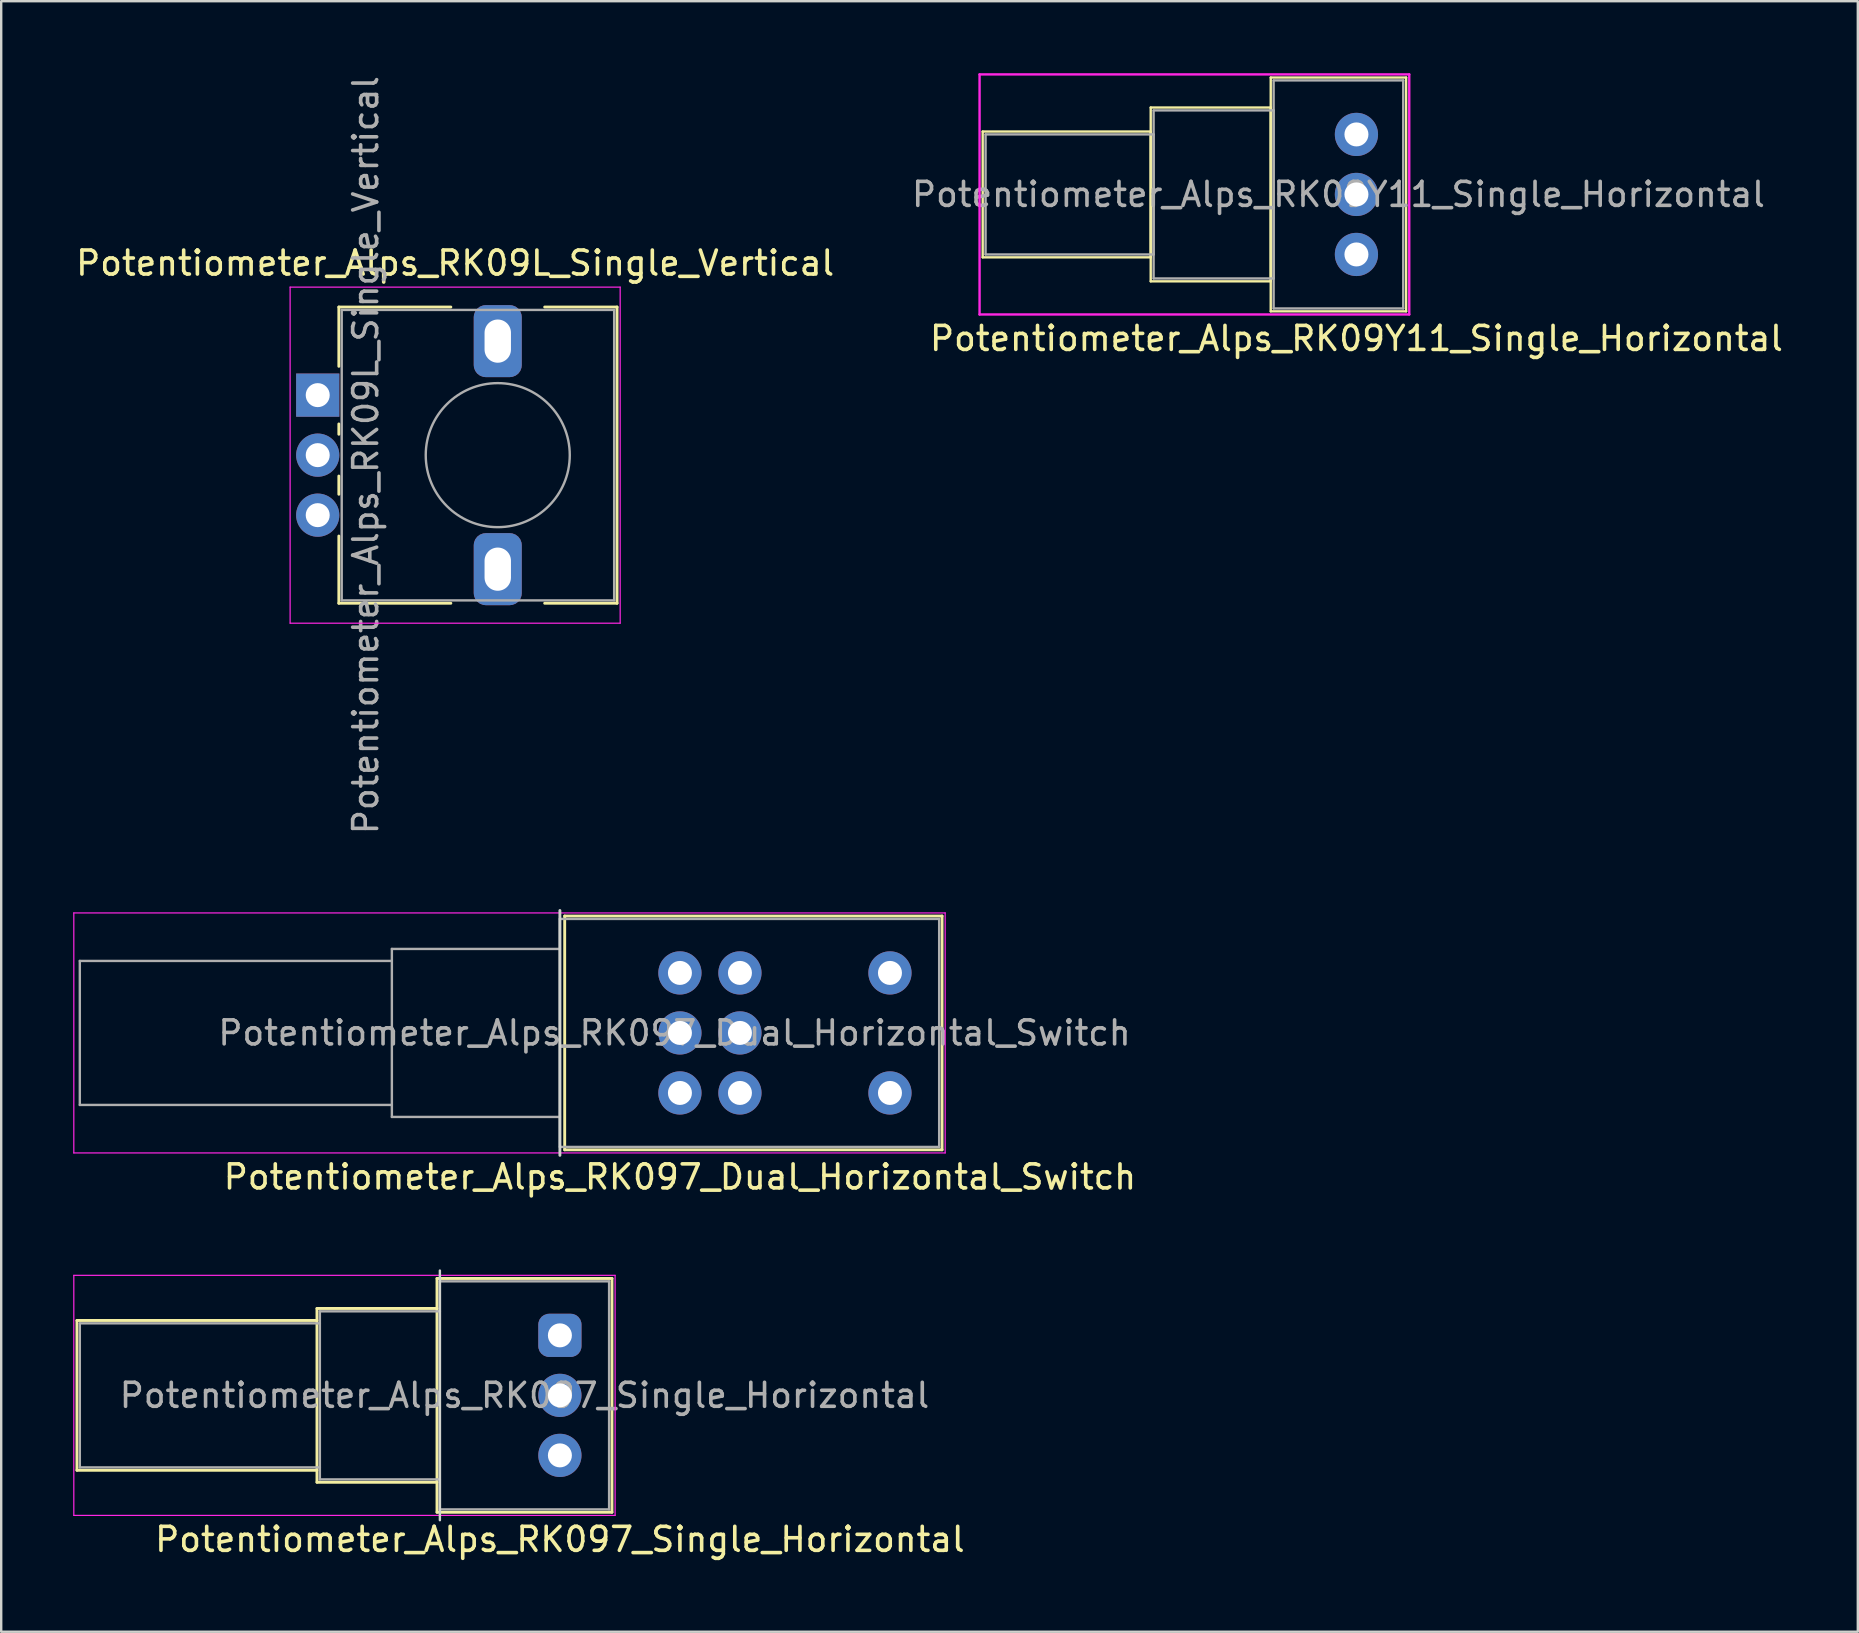
<source format=kicad_pcb>
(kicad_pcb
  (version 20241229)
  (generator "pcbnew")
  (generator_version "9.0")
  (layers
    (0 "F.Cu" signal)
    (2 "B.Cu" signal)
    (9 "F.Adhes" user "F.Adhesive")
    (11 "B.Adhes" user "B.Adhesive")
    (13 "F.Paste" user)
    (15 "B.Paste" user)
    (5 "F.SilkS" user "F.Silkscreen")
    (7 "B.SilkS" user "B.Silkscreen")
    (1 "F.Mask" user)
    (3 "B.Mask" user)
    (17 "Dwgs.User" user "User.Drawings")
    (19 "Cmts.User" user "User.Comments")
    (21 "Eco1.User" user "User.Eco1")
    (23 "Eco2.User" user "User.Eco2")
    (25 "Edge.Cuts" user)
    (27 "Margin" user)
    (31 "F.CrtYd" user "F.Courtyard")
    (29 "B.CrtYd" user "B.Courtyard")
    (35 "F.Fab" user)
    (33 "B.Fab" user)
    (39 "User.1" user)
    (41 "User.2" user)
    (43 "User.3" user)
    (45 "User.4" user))
  (footprint "Potentiometer_Alps_RK09Y11_Single_Horizontal"
    (layer "F.Cu")
    (at 53.458 2.55)
    (property "Reference" "Potentiometer_Alps_RK09Y11_Single_Horizontal" (at 0 8.5 180) (layer "F.SilkS") (effects (font (size 1 1) (thickness 0.15))))
    (attr through_hole)
    (fp_line (start -15.57 5.12) (end -15.57 -0.12) (stroke (width 0.1) (type solid)) (layer "F.SilkS"))
    (fp_line (start -8.57 -0.12) (end -15.57 -0.12) (stroke (width 0.1) (type solid)) (layer "F.SilkS"))
    (fp_line (start -8.57 5.12) (end -15.57 5.12) (stroke (width 0.1) (type solid)) (layer "F.SilkS"))
    (fp_line (start -8.57 5.12) (end -8.57 -0.12) (stroke (width 0.1) (type solid)) (layer "F.SilkS"))
    (fp_line (start -8.57 6.12) (end -8.57 -1.12) (stroke (width 0.1) (type solid)) (layer "F.SilkS"))
    (fp_line (start -3.57 -1.12) (end -8.57 -1.12) (stroke (width 0.1) (type solid)) (layer "F.SilkS"))
    (fp_line (start -3.57 6.12) (end -8.57 6.12) (stroke (width 0.1) (type solid)) (layer "F.SilkS"))
    (fp_line (start -3.57 6.12) (end -3.57 -1.12) (stroke (width 0.1) (type solid)) (layer "F.SilkS"))
    (fp_line (start -3.57 7.37) (end -3.57 -2.37) (stroke (width 0.1) (type solid)) (layer "F.SilkS"))
    (fp_line (start 2.071 -2.37) (end -3.57 -2.37) (stroke (width 0.1) (type solid)) (layer "F.SilkS"))
    (fp_line (start 2.071 7.37) (end -3.57 7.37) (stroke (width 0.1) (type solid)) (layer "F.SilkS"))
    (fp_line (start 2.071 7.37) (end 2.071 -2.37) (stroke (width 0.1) (type solid)) (layer "F.SilkS"))
    (fp_line (start -15.7 -2.5) (end -15.7 7.5) (stroke (width 0.1) (type solid)) (layer "F.CrtYd"))
    (fp_line (start -15.7 7.5) (end 2.2 7.5) (stroke (width 0.1) (type solid)) (layer "F.CrtYd"))
    (fp_line (start 2.2 -2.5) (end -15.7 -2.5) (stroke (width 0.1) (type solid)) (layer "F.CrtYd"))
    (fp_line (start 2.2 7.5) (end 2.2 -2.5) (stroke (width 0.1) (type solid)) (layer "F.CrtYd"))
    (fp_line (start -15.45 0) (end -15.45 5) (stroke (width 0.1) (type solid)) (layer "F.Fab"))
    (fp_line (start -15.45 5) (end -8.45 5) (stroke (width 0.1) (type solid)) (layer "F.Fab"))
    (fp_line (start -8.45 -1) (end -8.45 6) (stroke (width 0.1) (type solid)) (layer "F.Fab"))
    (fp_line (start -8.45 0) (end -15.45 0) (stroke (width 0.1) (type solid)) (layer "F.Fab"))
    (fp_line (start -8.45 5) (end -8.45 0) (stroke (width 0.1) (type solid)) (layer "F.Fab"))
    (fp_line (start -8.45 6) (end -3.45 6) (stroke (width 0.1) (type solid)) (layer "F.Fab"))
    (fp_line (start -3.45 -2.25) (end -3.45 7.25) (stroke (width 0.1) (type solid)) (layer "F.Fab"))
    (fp_line (start -3.45 -1) (end -8.45 -1) (stroke (width 0.1) (type solid)) (layer "F.Fab"))
    (fp_line (start -3.45 6) (end -3.45 -1) (stroke (width 0.1) (type solid)) (layer "F.Fab"))
    (fp_line (start -3.45 7.25) (end 1.95 7.25) (stroke (width 0.1) (type solid)) (layer "F.Fab"))
    (fp_line (start 1.95 -2.25) (end -3.45 -2.25) (stroke (width 0.1) (type solid)) (layer "F.Fab"))
    (fp_line (start 1.95 7.25) (end 1.95 -2.25) (stroke (width 0.1) (type solid)) (layer "F.Fab"))
    (fp_text user "${REFERENCE}" (at -0.75 2.5 180) (layer "F.Fab") (effects (font (size 1 1) (thickness 0.15))))
    (pad "1" thru_hole circle (at 0 0 180) (size 1.8 1.8) (drill 1) (layers "*.Cu" "*.Mask"))
    (pad "2" thru_hole circle (at 0 2.5 180) (size 1.8 1.8) (drill 1) (layers "*.Cu" "*.Mask"))
    (pad "3" thru_hole circle (at 0 5 180) (size 1.8 1.8) (drill 1) (layers "*.Cu" "*.Mask")))
  (footprint "Potentiometer_Alps_RK09L_Single_Vertical"
    (layer "F.Cu")
    (at 10.186 13.411)
    (property "Reference" "Potentiometer_Alps_RK09L_Single_Vertical" (at 5.725 -5.5 0) (layer "F.SilkS") (effects (font (size 1 1) (thickness 0.15))))
    (attr through_hole)
    (fp_line (start 0.88 -3.67) (end 0.88 -1.2) (stroke (width 0.12) (type solid)) (layer "F.SilkS"))
    (fp_line (start 0.88 -3.67) (end 5.546 -3.67) (stroke (width 0.12) (type solid)) (layer "F.SilkS"))
    (fp_line (start 0.88 1.2) (end 0.88 1.63) (stroke (width 0.12) (type solid)) (layer "F.SilkS"))
    (fp_line (start 0.88 3.371) (end 0.88 4.13) (stroke (width 0.12) (type solid)) (layer "F.SilkS"))
    (fp_line (start 0.88 5.87) (end 0.88 8.67) (stroke (width 0.12) (type solid)) (layer "F.SilkS"))
    (fp_line (start 0.88 8.67) (end 5.546 8.67) (stroke (width 0.12) (type solid)) (layer "F.SilkS"))
    (fp_line (start 9.455 -3.67) (end 12.47 -3.67) (stroke (width 0.12) (type solid)) (layer "F.SilkS"))
    (fp_line (start 9.455 8.67) (end 12.47 8.67) (stroke (width 0.12) (type solid)) (layer "F.SilkS"))
    (fp_line (start 12.47 -3.67) (end 12.47 8.67) (stroke (width 0.12) (type solid)) (layer "F.SilkS"))
    (fp_line (start -1.15 -4.5) (end -1.15 9.5) (stroke (width 0.05) (type solid)) (layer "F.CrtYd"))
    (fp_line (start -1.15 9.5) (end 12.6 9.5) (stroke (width 0.05) (type solid)) (layer "F.CrtYd"))
    (fp_line (start 12.6 -4.5) (end -1.15 -4.5) (stroke (width 0.05) (type solid)) (layer "F.CrtYd"))
    (fp_line (start 12.6 9.5) (end 12.6 -4.5) (stroke (width 0.05) (type solid)) (layer "F.CrtYd"))
    (fp_line (start 1 -3.55) (end 1 8.55) (stroke (width 0.1) (type solid)) (layer "F.Fab"))
    (fp_line (start 1 8.55) (end 12.35 8.55) (stroke (width 0.1) (type solid)) (layer "F.Fab"))
    (fp_line (start 12.35 -3.55) (end 1 -3.55) (stroke (width 0.1) (type solid)) (layer "F.Fab"))
    (fp_line (start 12.35 8.55) (end 12.35 -3.55) (stroke (width 0.1) (type solid)) (layer "F.Fab"))
    (fp_circle (center 7.5 2.5) (end 10.5 2.5) (stroke (width 0.1) (type solid)) (fill no) (layer "F.Fab"))
    (fp_text user "${REFERENCE}" (at 2 2.5 90) (layer "F.Fab") (effects (font (size 1 1) (thickness 0.15))))
    (pad "" np_thru_hole roundrect (at 7.5 -2.25) (size 2 3) (drill oval 1.1 1.8) (layers "*.Cu" "*.Mask") (roundrect_rratio 0.25))
    (pad "" np_thru_hole roundrect (at 7.5 7.25) (size 2 3) (drill oval 1.1 1.8) (layers "*.Cu" "*.Mask") (roundrect_rratio 0.25))
    (pad "1" thru_hole rect (at 0 0) (size 1.8 1.8) (drill 1) (layers "*.Cu" "*.Mask"))
    (pad "2" thru_hole circle (at 0 2.5) (size 1.8 1.8) (drill 1) (layers "*.Cu" "*.Mask"))
    (pad "3" thru_hole circle (at 0 5) (size 1.8 1.8) (drill 1) (layers "*.Cu" "*.Mask"))
    (zone (net_name "") (layer "F.Cu") (name "Copper Keep Out") (hatch full 0.508) (connect_pads) (min_thickness 0.254) (filled_areas_thickness no) (keepout (tracks not_allowed) (vias not_allowed) (pads not_allowed) (copperpour not_allowed) (footprints not_allowed)) (placement (enabled no)) (fill) (polygon (pts (xy 14.186 17.911) (xy 12.686 17.911) (xy 12.686 13.911) (xy 14.186 13.911))))
    (zone (net_name "") (layer "F.Cu") (name "Copper Keep Out") (hatch full 0.508) (connect_pads) (min_thickness 0.254) (filled_areas_thickness no) (keepout (tracks not_allowed) (vias not_allowed) (pads not_allowed) (copperpour not_allowed) (footprints not_allowed)) (placement (enabled no)) (fill) (polygon (pts (xy 22.586 17.911) (xy 21.186 17.911) (xy 21.186 13.911) (xy 22.586 13.911)))))
  (footprint "Potentiometer_Alps_RK097_Dual_Horizontal_Switch"
    (layer "F.Cu")
    (at 25.275 37.481)
    (property "Reference" "Potentiometer_Alps_RK097_Dual_Horizontal_Switch" (at 0 8.5 180) (layer "F.SilkS") (effects (font (size 1 1) (thickness 0.15))))
    (attr through_hole)
    (fp_line (start -4.8 7.37) (end -4.8 -2.37) (stroke (width 0.12) (type solid)) (layer "F.SilkS"))
    (fp_line (start 10.921 -2.37) (end -4.8 -2.37) (stroke (width 0.12) (type solid)) (layer "F.SilkS"))
    (fp_line (start 10.921 7.37) (end -4.8 7.37) (stroke (width 0.12) (type solid)) (layer "F.SilkS"))
    (fp_line (start 10.921 7.37) (end 10.921 -2.37) (stroke (width 0.12) (type solid)) (layer "F.SilkS"))
    (fp_line (start -5 -2.6) (end -5 7.6) (stroke (width 0.12) (type solid)) (layer "Edge.Cuts"))
    (fp_line (start -25.25 -2.5) (end -25.25 7.5) (stroke (width 0.05) (type solid)) (layer "F.CrtYd"))
    (fp_line (start -25.25 7.5) (end 11.05 7.5) (stroke (width 0.05) (type solid)) (layer "F.CrtYd"))
    (fp_line (start 11.05 -2.5) (end -25.25 -2.5) (stroke (width 0.05) (type solid)) (layer "F.CrtYd"))
    (fp_line (start 11.05 7.5) (end 11.05 -2.5) (stroke (width 0.05) (type solid)) (layer "F.CrtYd"))
    (fp_line (start -25 -0.5) (end -25 5.5) (stroke (width 0.1) (type solid)) (layer "F.Fab"))
    (fp_line (start -25 5.5) (end -12 5.5) (stroke (width 0.1) (type solid)) (layer "F.Fab"))
    (fp_line (start -12 -1) (end -12 6) (stroke (width 0.1) (type solid)) (layer "F.Fab"))
    (fp_line (start -12 -0.5) (end -25 -0.5) (stroke (width 0.1) (type solid)) (layer "F.Fab"))
    (fp_line (start -12 6) (end -5 6) (stroke (width 0.1) (type solid)) (layer "F.Fab"))
    (fp_line (start -5 -2.25) (end -5 7.25) (stroke (width 0.1) (type solid)) (layer "F.Fab"))
    (fp_line (start -5 -1) (end -12 -1) (stroke (width 0.1) (type solid)) (layer "F.Fab"))
    (fp_line (start -5 7.25) (end 10.8 7.25) (stroke (width 0.1) (type solid)) (layer "F.Fab"))
    (fp_line (start 10.8 -2.25) (end -5 -2.25) (stroke (width 0.1) (type solid)) (layer "F.Fab"))
    (fp_line (start 10.8 7.25) (end 10.8 -2.25) (stroke (width 0.1) (type solid)) (layer "F.Fab"))
    (fp_text user "${REFERENCE}" (at -0.225 2.5 180) (layer "F.Fab") (effects (font (size 1 1) (thickness 0.15))))
    (pad "1" thru_hole circle (at 0 0) (size 1.8 1.8) (drill 1) (layers "*.Cu" "*.Mask"))
    (pad "2" thru_hole circle (at 0 2.5) (size 1.8 1.8) (drill 1) (layers "*.Cu" "*.Mask"))
    (pad "3" thru_hole circle (at 0 5) (size 1.8 1.8) (drill 1) (layers "*.Cu" "*.Mask"))
    (pad "4" thru_hole circle (at 2.5 0) (size 1.8 1.8) (drill 1) (layers "*.Cu" "*.Mask"))
    (pad "5" thru_hole circle (at 2.5 2.5) (size 1.8 1.8) (drill 1) (layers "*.Cu" "*.Mask"))
    (pad "6" thru_hole circle (at 2.5 5) (size 1.8 1.8) (drill 1) (layers "*.Cu" "*.Mask"))
    (pad "7" thru_hole circle (at 8.75 0) (size 1.8 1.8) (drill 1) (layers "*.Cu" "*.Mask"))
    (pad "8" thru_hole circle (at 8.75 5) (size 1.8 1.8) (drill 1) (layers "*.Cu" "*.Mask")))
  (footprint "Potentiometer_Alps_RK097_Single_Horizontal"
    (layer "F.Cu")
    (at 20.275 52.58)
    (property "Reference" "Potentiometer_Alps_RK097_Single_Horizontal" (at 0 8.5 180) (layer "F.SilkS") (effects (font (size 1 1) (thickness 0.15))))
    (attr through_hole)
    (fp_line (start -20.12 5.62) (end -20.12 -0.62) (stroke (width 0.12) (type solid)) (layer "F.SilkS"))
    (fp_line (start -10.12 -0.62) (end -20.12 -0.62) (stroke (width 0.12) (type solid)) (layer "F.SilkS"))
    (fp_line (start -10.12 5.62) (end -20.12 5.62) (stroke (width 0.12) (type solid)) (layer "F.SilkS"))
    (fp_line (start -10.12 6.12) (end -10.12 -1.12) (stroke (width 0.12) (type solid)) (layer "F.SilkS"))
    (fp_line (start -5.12 -1.12) (end -10.12 -1.12) (stroke (width 0.12) (type solid)) (layer "F.SilkS"))
    (fp_line (start -5.12 6.12) (end -10.12 6.12) (stroke (width 0.12) (type solid)) (layer "F.SilkS"))
    (fp_line (start -5.12 7.37) (end -5.12 -2.37) (stroke (width 0.12) (type solid)) (layer "F.SilkS"))
    (fp_line (start 2.17 -2.37) (end -5.12 -2.37) (stroke (width 0.12) (type solid)) (layer "F.SilkS"))
    (fp_line (start 2.17 7.37) (end -5.12 7.37) (stroke (width 0.12) (type solid)) (layer "F.SilkS"))
    (fp_line (start 2.17 7.37) (end 2.17 -2.37) (stroke (width 0.12) (type solid)) (layer "F.SilkS"))
    (fp_line (start -5 -2.7) (end -5 7.7) (stroke (width 0.1) (type solid)) (layer "Edge.Cuts"))
    (fp_line (start -20.25 -2.5) (end -20.25 7.5) (stroke (width 0.05) (type solid)) (layer "F.CrtYd"))
    (fp_line (start -20.25 7.5) (end 2.3 7.5) (stroke (width 0.05) (type solid)) (layer "F.CrtYd"))
    (fp_line (start 2.3 -2.5) (end -20.25 -2.5) (stroke (width 0.05) (type solid)) (layer "F.CrtYd"))
    (fp_line (start 2.3 7.5) (end 2.3 -2.5) (stroke (width 0.05) (type solid)) (layer "F.CrtYd"))
    (fp_line (start -20 -0.5) (end -20 5.5) (stroke (width 0.1) (type solid)) (layer "F.Fab"))
    (fp_line (start -20 5.5) (end -10 5.5) (stroke (width 0.1) (type solid)) (layer "F.Fab"))
    (fp_line (start -10 -1) (end -10 6) (stroke (width 0.1) (type solid)) (layer "F.Fab"))
    (fp_line (start -10 -0.5) (end -20 -0.5) (stroke (width 0.1) (type solid)) (layer "F.Fab"))
    (fp_line (start -10 6) (end -5 6) (stroke (width 0.1) (type solid)) (layer "F.Fab"))
    (fp_line (start -5 -2.25) (end -5 7.25) (stroke (width 0.1) (type solid)) (layer "F.Fab"))
    (fp_line (start -5 -1) (end -10 -1) (stroke (width 0.1) (type solid)) (layer "F.Fab"))
    (fp_line (start -5 7.25) (end 2.05 7.25) (stroke (width 0.1) (type solid)) (layer "F.Fab"))
    (fp_line (start 2.05 -2.25) (end -5 -2.25) (stroke (width 0.1) (type solid)) (layer "F.Fab"))
    (fp_line (start 2.05 7.25) (end 2.05 -2.25) (stroke (width 0.1) (type solid)) (layer "F.Fab"))
    (fp_text user "${REFERENCE}" (at -1.475 2.5 180) (layer "F.Fab") (effects (font (size 1 1) (thickness 0.15))))
    (pad "1" thru_hole roundrect (at 0 0 180) (size 1.8 1.8) (drill 1) (layers "*.Cu" "*.Mask") (roundrect_rratio 0.25))
    (pad "2" thru_hole circle (at 0 2.5 180) (size 1.8 1.8) (drill 1) (layers "*.Cu" "*.Mask"))
    (pad "3" thru_hole circle (at 0 5 180) (size 1.8 1.8) (drill 1) (layers "*.Cu" "*.Mask")))
  (gr_rect
    (start -3 -3)
    (end 74.345 64.928)
    (stroke (width 0.1) (type default))
    (fill no)
    (layer "Edge.Cuts")))
</source>
